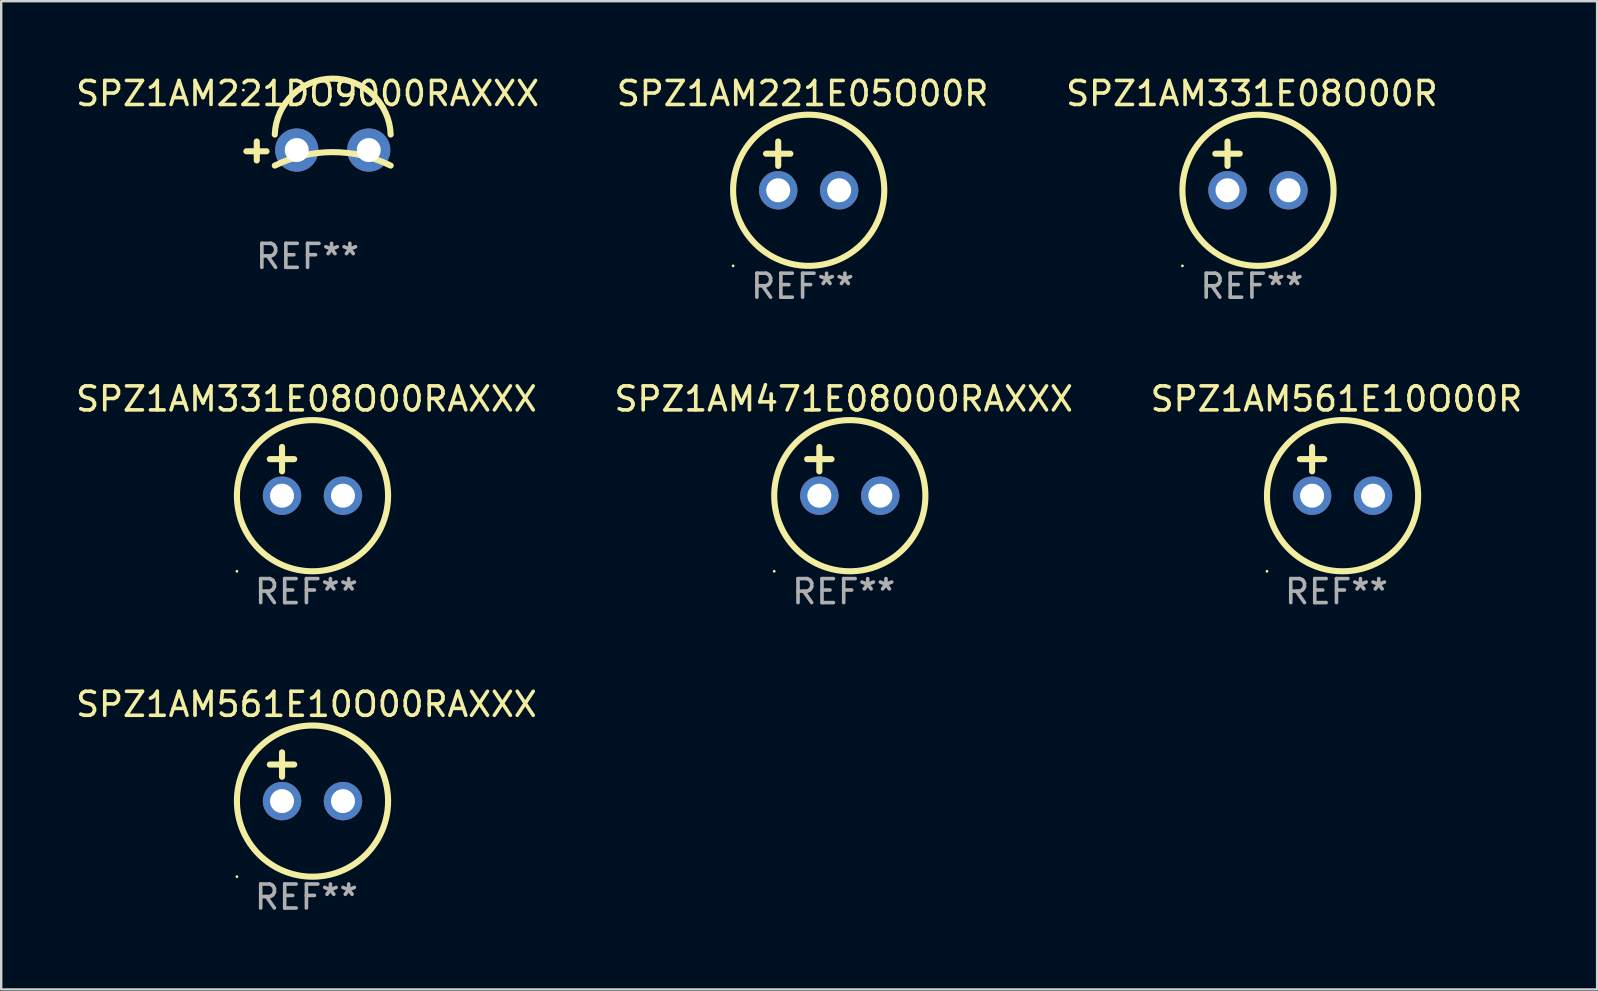
<source format=kicad_pcb>
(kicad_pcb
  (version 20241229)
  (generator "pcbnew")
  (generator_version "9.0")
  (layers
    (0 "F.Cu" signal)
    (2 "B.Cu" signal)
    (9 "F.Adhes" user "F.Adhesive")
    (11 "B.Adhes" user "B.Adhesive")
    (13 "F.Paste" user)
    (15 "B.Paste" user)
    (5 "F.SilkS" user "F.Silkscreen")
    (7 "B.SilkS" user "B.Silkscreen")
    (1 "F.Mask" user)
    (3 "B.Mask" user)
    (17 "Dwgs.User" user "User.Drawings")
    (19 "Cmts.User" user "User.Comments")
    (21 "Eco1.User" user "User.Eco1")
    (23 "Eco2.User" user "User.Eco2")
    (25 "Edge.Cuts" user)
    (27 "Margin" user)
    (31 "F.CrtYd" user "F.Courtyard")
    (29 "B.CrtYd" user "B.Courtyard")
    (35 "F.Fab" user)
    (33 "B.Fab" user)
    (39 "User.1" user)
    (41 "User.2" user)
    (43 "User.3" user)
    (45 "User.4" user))
  (footprint "SPZ1AM331E08O00R"
    (layer "F.Cu")
    (at 49.125 3.864)
    (property "Reference" "SPZ1AM331E08O00R" (at 0 -3.016 0) (layer "F.SilkS") (effects (font (size 1 1) (thickness 0.15))))
    (attr through_hole)
    (fp_line (start -1.524 -0.508) (end -0.508 -0.508) (stroke (width 0.254) (type solid)) (layer "F.SilkS"))
    (fp_line (start -1.016 -1.016) (end -1.016 0) (stroke (width 0.254) (type solid)) (layer "F.SilkS"))
    (fp_circle (center -2.896 4.166) (end -2.866 4.166) (stroke (width 0.06) (type solid)) (fill no) (layer "F.SilkS"))
    (fp_circle (center 0.254 1.016) (end 3.404 1.016) (stroke (width 0.254) (type solid)) (fill no) (layer "F.SilkS"))
    (fp_text user "REF**" (at 0 5.016 0) (layer "F.Fab") (effects (font (size 1 1) (thickness 0.15))))
    (pad "1" thru_hole circle (at -1.016 1.016) (size 1.6 1.6) (drill 1) (layers "*.Cu" "*.Mask"))
    (pad "2" thru_hole circle (at 1.524 1.016) (size 1.6 1.6) (drill 1) (layers "*.Cu" "*.Mask")))
  (footprint "SPZ1AM331E08O00RAXXX"
    (layer "F.Cu")
    (at 9.72 16.593)
    (property "Reference" "SPZ1AM331E08O00RAXXX" (at 0 -3.016 0) (layer "F.SilkS") (effects (font (size 1 1) (thickness 0.15))))
    (attr through_hole)
    (fp_line (start -1.524 -0.508) (end -0.508 -0.508) (stroke (width 0.254) (type solid)) (layer "F.SilkS"))
    (fp_line (start -1.016 -1.016) (end -1.016 0) (stroke (width 0.254) (type solid)) (layer "F.SilkS"))
    (fp_circle (center -2.896 4.166) (end -2.866 4.166) (stroke (width 0.06) (type solid)) (fill no) (layer "F.SilkS"))
    (fp_circle (center 0.254 1.016) (end 3.404 1.016) (stroke (width 0.254) (type solid)) (fill no) (layer "F.SilkS"))
    (fp_text user "REF**" (at 0 5.016 0) (layer "F.Fab") (effects (font (size 1 1) (thickness 0.15))))
    (pad "1" thru_hole circle (at -1.016 1.016) (size 1.6 1.6) (drill 1) (layers "*.Cu" "*.Mask"))
    (pad "2" thru_hole circle (at 1.524 1.016) (size 1.6 1.6) (drill 1) (layers "*.Cu" "*.Mask")))
  (footprint "SPZ1AM561E10O00R"
    (layer "F.Cu")
    (at 52.649 16.593)
    (property "Reference" "SPZ1AM561E10O00R" (at 0 -3.016 0) (layer "F.SilkS") (effects (font (size 1 1) (thickness 0.15))))
    (attr through_hole)
    (fp_line (start -1.524 -0.508) (end -0.508 -0.508) (stroke (width 0.254) (type solid)) (layer "F.SilkS"))
    (fp_line (start -1.016 -1.016) (end -1.016 0) (stroke (width 0.254) (type solid)) (layer "F.SilkS"))
    (fp_circle (center -2.896 4.166) (end -2.866 4.166) (stroke (width 0.06) (type solid)) (fill no) (layer "F.SilkS"))
    (fp_circle (center 0.254 1.016) (end 3.404 1.016) (stroke (width 0.254) (type solid)) (fill no) (layer "F.SilkS"))
    (fp_text user "REF**" (at 0 5.016 0) (layer "F.Fab") (effects (font (size 1 1) (thickness 0.15))))
    (pad "1" thru_hole circle (at -1.016 1.016) (size 1.6 1.6) (drill 1) (layers "*.Cu" "*.Mask"))
    (pad "2" thru_hole circle (at 1.524 1.016) (size 1.6 1.6) (drill 1) (layers "*.Cu" "*.Mask")))
  (footprint "SPZ1AM471E08000RAXXX"
    (layer "F.Cu")
    (at 32.113 16.593)
    (property "Reference" "SPZ1AM471E08000RAXXX" (at 0 -3.016 0) (layer "F.SilkS") (effects (font (size 1 1) (thickness 0.15))))
    (attr through_hole)
    (fp_line (start -1.524 -0.508) (end -0.508 -0.508) (stroke (width 0.254) (type solid)) (layer "F.SilkS"))
    (fp_line (start -1.016 -1.016) (end -1.016 0) (stroke (width 0.254) (type solid)) (layer "F.SilkS"))
    (fp_circle (center -2.896 4.166) (end -2.866 4.166) (stroke (width 0.06) (type solid)) (fill no) (layer "F.SilkS"))
    (fp_circle (center 0.254 1.016) (end 3.404 1.016) (stroke (width 0.254) (type solid)) (fill no) (layer "F.SilkS"))
    (fp_text user "REF**" (at 0 5.016 0) (layer "F.Fab") (effects (font (size 1 1) (thickness 0.15))))
    (pad "1" thru_hole circle (at -1.016 1.016) (size 1.6 1.6) (drill 1) (layers "*.Cu" "*.Mask"))
    (pad "2" thru_hole circle (at 1.524 1.016) (size 1.6 1.6) (drill 1) (layers "*.Cu" "*.Mask")))
  (footprint "SPZ1AM221E05O00R"
    (layer "F.Cu")
    (at 30.399 3.864)
    (property "Reference" "SPZ1AM221E05O00R" (at 0 -3.016 0) (layer "F.SilkS") (effects (font (size 1 1) (thickness 0.15))))
    (attr through_hole)
    (fp_line (start -1.524 -0.508) (end -0.508 -0.508) (stroke (width 0.254) (type solid)) (layer "F.SilkS"))
    (fp_line (start -1.016 -1.016) (end -1.016 0) (stroke (width 0.254) (type solid)) (layer "F.SilkS"))
    (fp_circle (center -2.896 4.166) (end -2.866 4.166) (stroke (width 0.06) (type solid)) (fill no) (layer "F.SilkS"))
    (fp_circle (center 0.254 1.016) (end 3.404 1.016) (stroke (width 0.254) (type solid)) (fill no) (layer "F.SilkS"))
    (fp_text user "REF**" (at 0 5.016 0) (layer "F.Fab") (effects (font (size 1 1) (thickness 0.15))))
    (pad "1" thru_hole circle (at -1.016 1.016) (size 1.6 1.6) (drill 1) (layers "*.Cu" "*.Mask"))
    (pad "2" thru_hole circle (at 1.524 1.016) (size 1.6 1.6) (drill 1) (layers "*.Cu" "*.Mask")))
  (footprint "SPZ1AM561E10O00RAXXX"
    (layer "F.Cu")
    (at 9.72 29.321)
    (property "Reference" "SPZ1AM561E10O00RAXXX" (at 0 -3.016 0) (layer "F.SilkS") (effects (font (size 1 1) (thickness 0.15))))
    (attr through_hole)
    (fp_line (start -1.524 -0.508) (end -0.508 -0.508) (stroke (width 0.254) (type solid)) (layer "F.SilkS"))
    (fp_line (start -1.016 -1.016) (end -1.016 0) (stroke (width 0.254) (type solid)) (layer "F.SilkS"))
    (fp_circle (center -2.896 4.166) (end -2.866 4.166) (stroke (width 0.06) (type solid)) (fill no) (layer "F.SilkS"))
    (fp_circle (center 0.254 1.016) (end 3.404 1.016) (stroke (width 0.254) (type solid)) (fill no) (layer "F.SilkS"))
    (fp_text user "REF**" (at 0 5.016 0) (layer "F.Fab") (effects (font (size 1 1) (thickness 0.15))))
    (pad "1" thru_hole circle (at -1.016 1.016) (size 1.6 1.6) (drill 1) (layers "*.Cu" "*.Mask"))
    (pad "2" thru_hole circle (at 1.524 1.016) (size 1.6 1.6) (drill 1) (layers "*.Cu" "*.Mask")))
  (footprint "SPZ1AM221DO9000RAXXX"
    (layer "F.Cu")
    (at 9.768 3.242)
    (property "Reference" "SPZ1AM221DO9000RAXXX" (at 0 -2.394 0) (layer "F.SilkS") (effects (font (size 1 1) (thickness 0.15))))
    (attr through_hole)
    (fp_line (start -2.117 0.394) (end -2.117 -0.394) (stroke (width 0.254) (type solid)) (layer "F.SilkS"))
    (fp_line (start -1.711 0.013) (end -2.549 0.013) (stroke (width 0.254) (type solid)) (layer "F.SilkS"))
    (fp_arc (start -1.366193 0.608941) (mid 1.048615 0.047743) (end 3.463424 0.60894) (stroke (width 0.254001) (type solid)) (layer "F.SilkS"))
    (fp_arc (start -1.366192 -0.685141) (mid 1.048616 -3.016259) (end 3.463424 -0.685141) (stroke (width 0.254001) (type solid)) (layer "F.SilkS"))
    (fp_circle (center -2.676 -2.538) (end -2.646 -2.538) (stroke (width 0.06) (type solid)) (fill no) (layer "F.SilkS"))
    (fp_text user "REF**" (at 0 4.394 0) (layer "F.Fab") (effects (font (size 1 1) (thickness 0.15))))
    (pad "1" thru_hole circle (at -0.451 -0.038) (size 1.8 1.8) (drill 1) (layers "*.Cu" "*.Mask"))
    (pad "2" thru_hole circle (at 2.549 -0.038) (size 1.8 1.8) (drill 1) (layers "*.Cu" "*.Mask")))
  (gr_rect
    (start -3 -3)
    (end 63.512 38.186)
    (stroke (width 0.1) (type default))
    (fill no)
    (layer "Edge.Cuts")))
</source>
